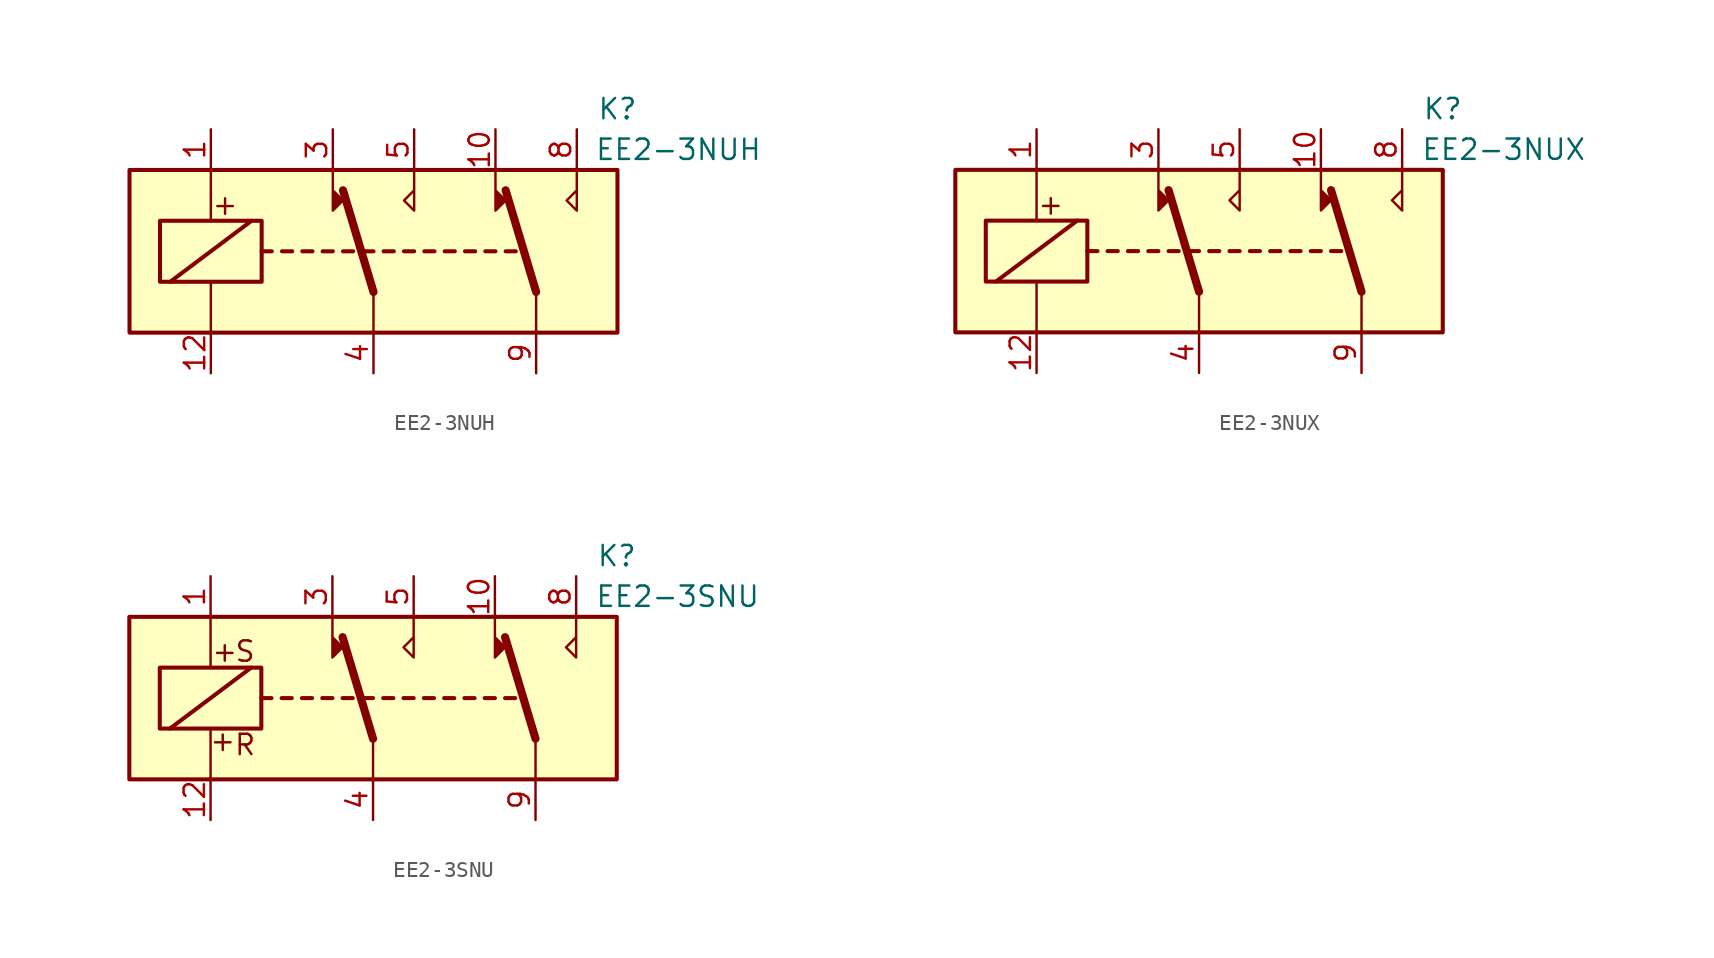
<source format=kicad_sym>
(kicad_symbol_lib
  (version 20201005)
  (generator kicad_symbol_editor)
  (symbol "Relay:EE2-3NUH"
    (property "Reference" "K"
      (at 15.24 8.89 0)
      (effects (font (size 1.27 1.27))))
    (property "Value" "EE2-3NUH"
      (at 19.05 6.35 0)
      (effects (font (size 1.27 1.27))))
    (symbol "EE2-3NUH_1_1"
      (text "+" (at -9.271 2.921 0) (effects (font (size 1.27 1.27))))
      (rectangle (start -15.24 5.08) (end 15.24 -5.08) (stroke (width 0.254)) (fill (type background)))
      (rectangle (start -13.335 1.905) (end -6.985 -1.905) (stroke (width 0.254)) (fill (type none)))
      (polyline (pts (xy -12.7 -1.905) (xy -7.62 1.905)) (stroke (width 0.254)) (fill (type none)))
      (polyline (pts (xy -10.16 -5.08) (xy -10.16 -1.905)) (stroke (width 0)) (fill (type none)))
      (polyline (pts (xy -10.16 5.08) (xy -10.16 1.905)) (stroke (width 0)) (fill (type none)))
      (polyline (pts (xy -6.985 0) (xy -6.35 0)) (stroke (width 0.254)) (fill (type none)))
      (polyline (pts (xy -5.715 0) (xy -5.08 0)) (stroke (width 0.254)) (fill (type none)))
      (polyline (pts (xy -4.445 0) (xy -3.81 0)) (stroke (width 0.254)) (fill (type none)))
      (polyline (pts (xy -3.175 0) (xy -2.54 0)) (stroke (width 0.254)) (fill (type none)))
      (polyline (pts (xy -1.905 0) (xy -1.27 0)) (stroke (width 0.254)) (fill (type none)))
      (polyline (pts (xy -0.635 0) (xy 0 0)) (stroke (width 0.254)) (fill (type none)))
      (polyline (pts (xy 0 -2.54) (xy -1.905 3.81)) (stroke (width 0.508)) (fill (type none)))
      (polyline (pts (xy 0 -2.54) (xy 0 -5.08)) (stroke (width 0)) (fill (type none)))
      (polyline (pts (xy 0.635 0) (xy 1.27 0)) (stroke (width 0.254)) (fill (type none)))
      (polyline (pts (xy 1.905 0) (xy 2.54 0)) (stroke (width 0.254)) (fill (type none)))
      (polyline (pts (xy 3.175 0) (xy 3.81 0)) (stroke (width 0.254)) (fill (type none)))
      (polyline (pts (xy 4.445 0) (xy 5.08 0)) (stroke (width 0.254)) (fill (type none)))
      (polyline (pts (xy 5.715 0) (xy 6.35 0)) (stroke (width 0.254)) (fill (type none)))
      (polyline (pts (xy 6.985 0) (xy 7.62 0)) (stroke (width 0.254)) (fill (type none)))
      (polyline (pts (xy 8.255 0) (xy 8.89 0)) (stroke (width 0.254)) (fill (type none)))
      (polyline (pts (xy 10.16 -2.54) (xy 8.255 3.81)) (stroke (width 0.508)) (fill (type none)))
      (polyline (pts (xy 10.16 -2.54) (xy 10.16 -5.08)) (stroke (width 0)) (fill (type none)))
      (polyline (pts (xy -2.54 5.08) (xy -2.54 2.54) (xy -1.905 3.175) (xy -2.54 3.81)) (stroke (width 0)) (fill (type outline)))
      (polyline (pts (xy 2.54 5.08) (xy 2.54 2.54) (xy 1.905 3.175) (xy 2.54 3.81)) (stroke (width 0)) (fill (type none)))
      (polyline (pts (xy 7.62 5.08) (xy 7.62 2.54) (xy 8.255 3.175) (xy 7.62 3.81)) (stroke (width 0)) (fill (type outline)))
      (polyline (pts (xy 12.7 5.08) (xy 12.7 2.54) (xy 12.065 3.175) (xy 12.7 3.81)) (stroke (width 0)) (fill (type none)))
      (pin passive line (at -10.16 7.62 270) (length 2.54) (name "~" (effects (font (size 1.27 1.27)))) (number "1" (effects (font (size 1.27 1.27)))))
      (pin passive line (at 7.62 7.62 270) (length 2.54) (name "~" (effects (font (size 1.27 1.27)))) (number "10" (effects (font (size 1.27 1.27)))))
      (pin passive line (at -10.16 -7.62 90) (length 2.54) (name "~" (effects (font (size 1.27 1.27)))) (number "12" (effects (font (size 1.27 1.27)))))
      (pin passive line (at -2.54 7.62 270) (length 2.54) (name "~" (effects (font (size 1.27 1.27)))) (number "3" (effects (font (size 1.27 1.27)))))
      (pin passive line (at 0 -7.62 90) (length 2.54) (name "~" (effects (font (size 1.27 1.27)))) (number "4" (effects (font (size 1.27 1.27)))))
      (pin passive line (at 2.54 7.62 270) (length 2.54) (name "~" (effects (font (size 1.27 1.27)))) (number "5" (effects (font (size 1.27 1.27)))))
      (pin passive line (at 12.7 7.62 270) (length 2.54) (name "~" (effects (font (size 1.27 1.27)))) (number "8" (effects (font (size 1.27 1.27)))))
      (pin passive line (at 10.16 -7.62 90) (length 2.54) (name "~" (effects (font (size 1.27 1.27)))) (number "9" (effects (font (size 1.27 1.27)))))))
  (symbol "Relay:EE2-3NUX"
    (property "Reference" "K"
      (at 15.24 8.89 0)
      (effects (font (size 1.27 1.27))))
    (property "Value" "EE2-3NUX"
      (at 19.05 6.35 0)
      (effects (font (size 1.27 1.27))))
    (symbol "EE2-3NUX_1_1"
      (text "+" (at -9.271 2.921 0) (effects (font (size 1.27 1.27))))
      (rectangle (start -15.24 5.08) (end 15.24 -5.08) (stroke (width 0.254)) (fill (type background)))
      (rectangle (start -13.335 1.905) (end -6.985 -1.905) (stroke (width 0.254)) (fill (type none)))
      (polyline (pts (xy -12.7 -1.905) (xy -7.62 1.905)) (stroke (width 0.254)) (fill (type none)))
      (polyline (pts (xy -10.16 -5.08) (xy -10.16 -1.905)) (stroke (width 0)) (fill (type none)))
      (polyline (pts (xy -10.16 5.08) (xy -10.16 1.905)) (stroke (width 0)) (fill (type none)))
      (polyline (pts (xy -6.985 0) (xy -6.35 0)) (stroke (width 0.254)) (fill (type none)))
      (polyline (pts (xy -5.715 0) (xy -5.08 0)) (stroke (width 0.254)) (fill (type none)))
      (polyline (pts (xy -4.445 0) (xy -3.81 0)) (stroke (width 0.254)) (fill (type none)))
      (polyline (pts (xy -3.175 0) (xy -2.54 0)) (stroke (width 0.254)) (fill (type none)))
      (polyline (pts (xy -1.905 0) (xy -1.27 0)) (stroke (width 0.254)) (fill (type none)))
      (polyline (pts (xy -0.635 0) (xy 0 0)) (stroke (width 0.254)) (fill (type none)))
      (polyline (pts (xy 0 -2.54) (xy -1.905 3.81)) (stroke (width 0.508)) (fill (type none)))
      (polyline (pts (xy 0 -2.54) (xy 0 -5.08)) (stroke (width 0)) (fill (type none)))
      (polyline (pts (xy 0.635 0) (xy 1.27 0)) (stroke (width 0.254)) (fill (type none)))
      (polyline (pts (xy 1.905 0) (xy 2.54 0)) (stroke (width 0.254)) (fill (type none)))
      (polyline (pts (xy 3.175 0) (xy 3.81 0)) (stroke (width 0.254)) (fill (type none)))
      (polyline (pts (xy 4.445 0) (xy 5.08 0)) (stroke (width 0.254)) (fill (type none)))
      (polyline (pts (xy 5.715 0) (xy 6.35 0)) (stroke (width 0.254)) (fill (type none)))
      (polyline (pts (xy 6.985 0) (xy 7.62 0)) (stroke (width 0.254)) (fill (type none)))
      (polyline (pts (xy 8.255 0) (xy 8.89 0)) (stroke (width 0.254)) (fill (type none)))
      (polyline (pts (xy 10.16 -2.54) (xy 8.255 3.81)) (stroke (width 0.508)) (fill (type none)))
      (polyline (pts (xy 10.16 -2.54) (xy 10.16 -5.08)) (stroke (width 0)) (fill (type none)))
      (polyline (pts (xy -2.54 5.08) (xy -2.54 2.54) (xy -1.905 3.175) (xy -2.54 3.81)) (stroke (width 0)) (fill (type outline)))
      (polyline (pts (xy 2.54 5.08) (xy 2.54 2.54) (xy 1.905 3.175) (xy 2.54 3.81)) (stroke (width 0)) (fill (type none)))
      (polyline (pts (xy 7.62 5.08) (xy 7.62 2.54) (xy 8.255 3.175) (xy 7.62 3.81)) (stroke (width 0)) (fill (type outline)))
      (polyline (pts (xy 12.7 5.08) (xy 12.7 2.54) (xy 12.065 3.175) (xy 12.7 3.81)) (stroke (width 0)) (fill (type none)))
      (pin passive line (at -10.16 7.62 270) (length 2.54) (name "~" (effects (font (size 1.27 1.27)))) (number "1" (effects (font (size 1.27 1.27)))))
      (pin passive line (at 7.62 7.62 270) (length 2.54) (name "~" (effects (font (size 1.27 1.27)))) (number "10" (effects (font (size 1.27 1.27)))))
      (pin passive line (at -10.16 -7.62 90) (length 2.54) (name "~" (effects (font (size 1.27 1.27)))) (number "12" (effects (font (size 1.27 1.27)))))
      (pin passive line (at -2.54 7.62 270) (length 2.54) (name "~" (effects (font (size 1.27 1.27)))) (number "3" (effects (font (size 1.27 1.27)))))
      (pin passive line (at 0 -7.62 90) (length 2.54) (name "~" (effects (font (size 1.27 1.27)))) (number "4" (effects (font (size 1.27 1.27)))))
      (pin passive line (at 2.54 7.62 270) (length 2.54) (name "~" (effects (font (size 1.27 1.27)))) (number "5" (effects (font (size 1.27 1.27)))))
      (pin passive line (at 12.7 7.62 270) (length 2.54) (name "~" (effects (font (size 1.27 1.27)))) (number "8" (effects (font (size 1.27 1.27)))))
      (pin passive line (at 10.16 -7.62 90) (length 2.54) (name "~" (effects (font (size 1.27 1.27)))) (number "9" (effects (font (size 1.27 1.27)))))))
  (symbol "Relay:EE2-3SNU"
    (property "Reference" "K"
      (at 15.24 8.89 0)
      (effects (font (size 1.27 1.27))))
    (property "Value" "EE2-3SNU"
      (at 19.05 6.35 0)
      (effects (font (size 1.27 1.27))))
    (symbol "EE2-3SNU_1_1"
      (text "+" (at -9.398 -2.667 0) (effects (font (size 1.27 1.27))))
      (text "+" (at -9.271 2.921 0) (effects (font (size 1.27 1.27))))
      (text "R" (at -8.001 -2.921 0) (effects (font (size 1.27 1.27))))
      (text "S" (at -8.001 2.921 0) (effects (font (size 1.27 1.27))))
      (rectangle (start -15.24 5.08) (end 15.24 -5.08) (stroke (width 0.254)) (fill (type background)))
      (rectangle (start -13.335 1.905) (end -6.985 -1.905) (stroke (width 0.254)) (fill (type none)))
      (polyline (pts (xy -12.7 -1.905) (xy -7.62 1.905)) (stroke (width 0.254)) (fill (type none)))
      (polyline (pts (xy -10.16 -5.08) (xy -10.16 -1.905)) (stroke (width 0)) (fill (type none)))
      (polyline (pts (xy -10.16 5.08) (xy -10.16 1.905)) (stroke (width 0)) (fill (type none)))
      (polyline (pts (xy -6.985 0) (xy -6.35 0)) (stroke (width 0.254)) (fill (type none)))
      (polyline (pts (xy -5.715 0) (xy -5.08 0)) (stroke (width 0.254)) (fill (type none)))
      (polyline (pts (xy -4.445 0) (xy -3.81 0)) (stroke (width 0.254)) (fill (type none)))
      (polyline (pts (xy -3.175 0) (xy -2.54 0)) (stroke (width 0.254)) (fill (type none)))
      (polyline (pts (xy -1.905 0) (xy -1.27 0)) (stroke (width 0.254)) (fill (type none)))
      (polyline (pts (xy -0.635 0) (xy 0 0)) (stroke (width 0.254)) (fill (type none)))
      (polyline (pts (xy 0 -2.54) (xy -1.905 3.81)) (stroke (width 0.508)) (fill (type none)))
      (polyline (pts (xy 0 -2.54) (xy 0 -5.08)) (stroke (width 0)) (fill (type none)))
      (polyline (pts (xy 0.635 0) (xy 1.27 0)) (stroke (width 0.254)) (fill (type none)))
      (polyline (pts (xy 1.905 0) (xy 2.54 0)) (stroke (width 0.254)) (fill (type none)))
      (polyline (pts (xy 3.175 0) (xy 3.81 0)) (stroke (width 0.254)) (fill (type none)))
      (polyline (pts (xy 4.445 0) (xy 5.08 0)) (stroke (width 0.254)) (fill (type none)))
      (polyline (pts (xy 5.715 0) (xy 6.35 0)) (stroke (width 0.254)) (fill (type none)))
      (polyline (pts (xy 6.985 0) (xy 7.62 0)) (stroke (width 0.254)) (fill (type none)))
      (polyline (pts (xy 8.255 0) (xy 8.89 0)) (stroke (width 0.254)) (fill (type none)))
      (polyline (pts (xy 10.16 -2.54) (xy 8.255 3.81)) (stroke (width 0.508)) (fill (type none)))
      (polyline (pts (xy 10.16 -2.54) (xy 10.16 -5.08)) (stroke (width 0)) (fill (type none)))
      (polyline (pts (xy -2.54 5.08) (xy -2.54 2.54) (xy -1.905 3.175) (xy -2.54 3.81)) (stroke (width 0)) (fill (type outline)))
      (polyline (pts (xy 2.54 5.08) (xy 2.54 2.54) (xy 1.905 3.175) (xy 2.54 3.81)) (stroke (width 0)) (fill (type none)))
      (polyline (pts (xy 7.62 5.08) (xy 7.62 2.54) (xy 8.255 3.175) (xy 7.62 3.81)) (stroke (width 0)) (fill (type outline)))
      (polyline (pts (xy 12.7 5.08) (xy 12.7 2.54) (xy 12.065 3.175) (xy 12.7 3.81)) (stroke (width 0)) (fill (type none)))
      (pin passive line (at -10.16 7.62 270) (length 2.54) (name "~" (effects (font (size 1.27 1.27)))) (number "1" (effects (font (size 1.27 1.27)))))
      (pin passive line (at 7.62 7.62 270) (length 2.54) (name "~" (effects (font (size 1.27 1.27)))) (number "10" (effects (font (size 1.27 1.27)))))
      (pin passive line (at -10.16 -7.62 90) (length 2.54) (name "~" (effects (font (size 1.27 1.27)))) (number "12" (effects (font (size 1.27 1.27)))))
      (pin passive line (at -2.54 7.62 270) (length 2.54) (name "~" (effects (font (size 1.27 1.27)))) (number "3" (effects (font (size 1.27 1.27)))))
      (pin passive line (at 0 -7.62 90) (length 2.54) (name "~" (effects (font (size 1.27 1.27)))) (number "4" (effects (font (size 1.27 1.27)))))
      (pin passive line (at 2.54 7.62 270) (length 2.54) (name "~" (effects (font (size 1.27 1.27)))) (number "5" (effects (font (size 1.27 1.27)))))
      (pin passive line (at 12.7 7.62 270) (length 2.54) (name "~" (effects (font (size 1.27 1.27)))) (number "8" (effects (font (size 1.27 1.27)))))
      (pin passive line (at 10.16 -7.62 90) (length 2.54) (name "~" (effects (font (size 1.27 1.27)))) (number "9" (effects (font (size 1.27 1.27))))))))
</source>
